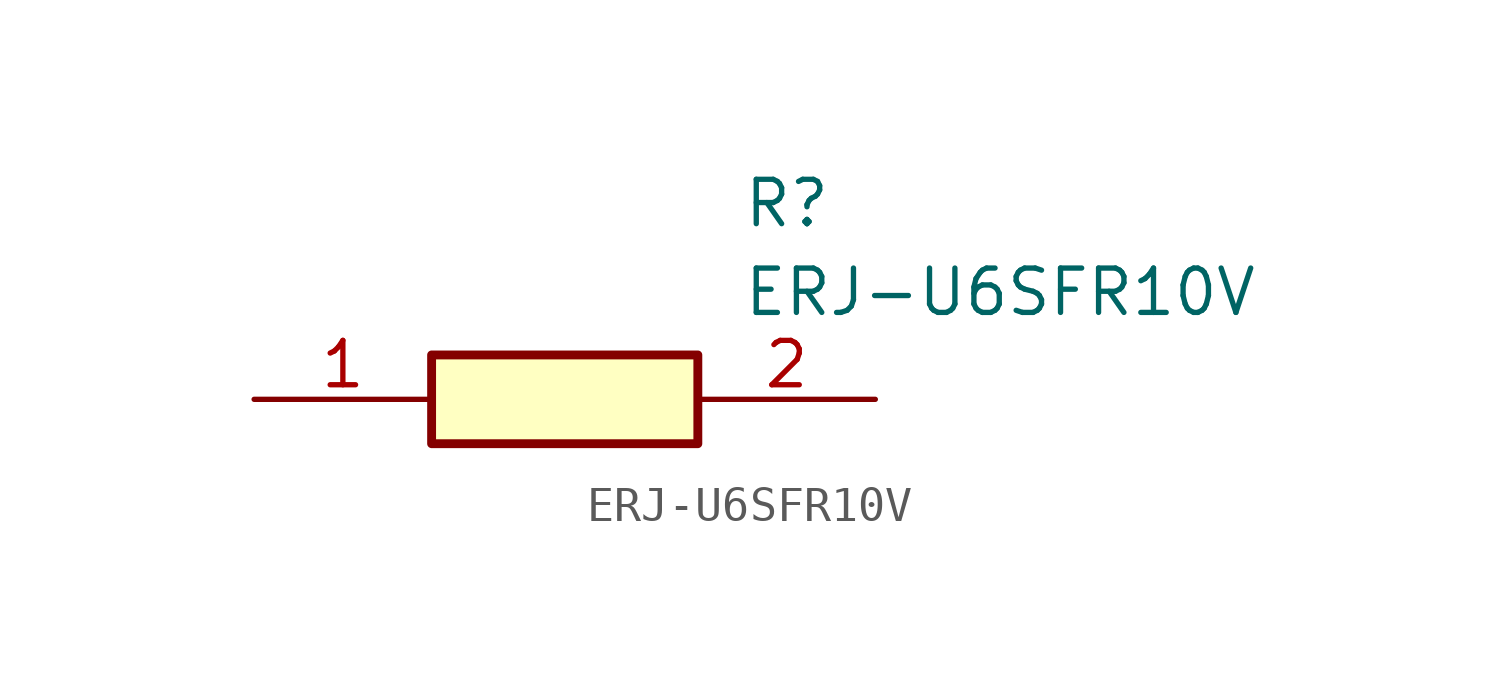
<source format=kicad_sym>
(kicad_symbol_lib
  (version 20211014)
  (generator SamacSys_ECAD_Model)
  (symbol "ERJ-U6SFR10V"
    (pin_names hide)
    (property "Reference" "R"
      (at 13.97 6.35 0)
      (effects (font (size 1.27 1.27)) (justify left top)))
    (property "Value" "ERJ-U6SFR10V"
      (at 13.97 3.81 0)
      (effects (font (size 1.27 1.27)) (justify left top)))
    (rectangle
      (start 5.08 1.27)
      (end 12.7 -1.27)
      (stroke (width 0.254) (type default))
      (fill (type background)))
    (pin passive line
      (at 0 0 0)
      (length 5.08)
      (name "1" (effects (font (size 1.27 1.27))))
      (number "1" (effects (font (size 1.27 1.27)))))
    (pin passive line
      (at 17.78 0 180)
      (length 5.08)
      (name "2" (effects (font (size 1.27 1.27))))
      (number "2" (effects (font (size 1.27 1.27)))))))
</source>
